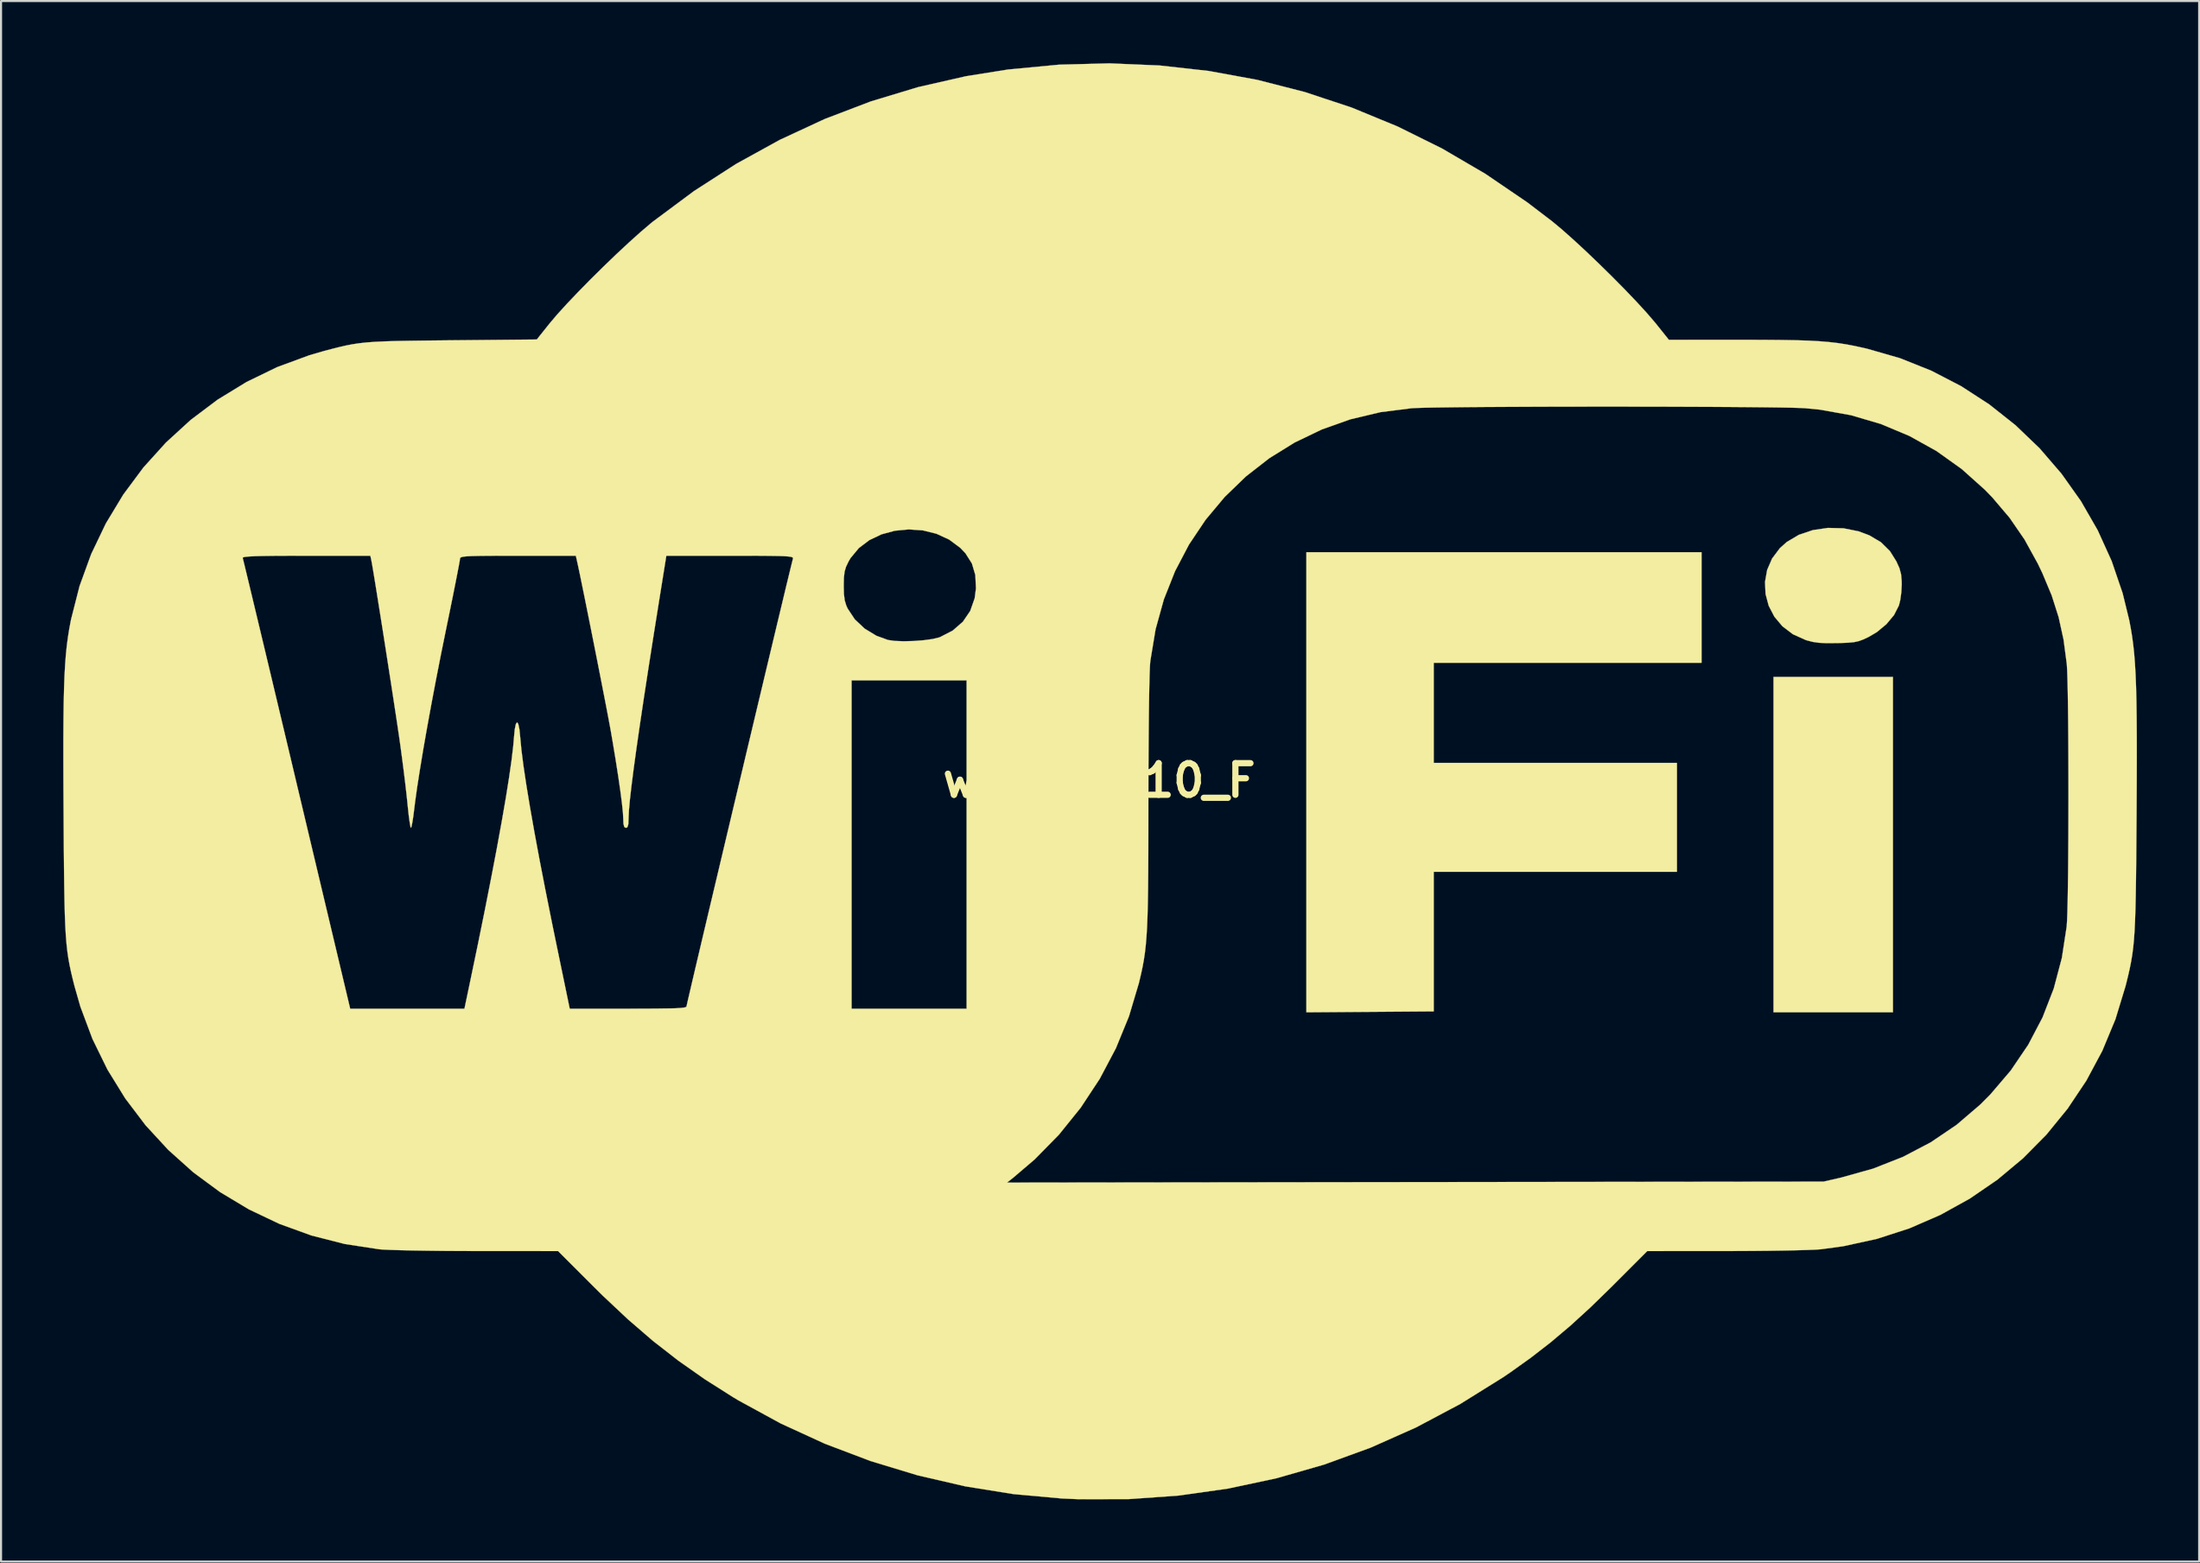
<source format=kicad_pcb>
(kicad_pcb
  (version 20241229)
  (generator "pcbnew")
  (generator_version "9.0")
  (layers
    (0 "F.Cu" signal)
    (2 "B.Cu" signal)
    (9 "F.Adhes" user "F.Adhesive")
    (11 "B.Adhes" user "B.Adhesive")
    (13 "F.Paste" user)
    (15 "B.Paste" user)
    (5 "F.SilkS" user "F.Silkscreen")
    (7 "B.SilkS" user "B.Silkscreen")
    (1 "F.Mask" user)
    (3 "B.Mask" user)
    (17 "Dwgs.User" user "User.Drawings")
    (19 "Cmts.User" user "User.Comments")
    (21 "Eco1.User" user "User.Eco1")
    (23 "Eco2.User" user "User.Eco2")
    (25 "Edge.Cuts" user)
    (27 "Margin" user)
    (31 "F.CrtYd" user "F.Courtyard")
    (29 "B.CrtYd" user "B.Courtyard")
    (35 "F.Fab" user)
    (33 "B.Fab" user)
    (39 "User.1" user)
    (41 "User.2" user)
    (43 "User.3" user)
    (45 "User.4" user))
  (footprint "wi-fi_6x10_F"
    (layer "F.Cu")
    (at 49.946 34.584)
    (property "Reference" "wi-fi_6x10_F" (at 0 0 0) (layer "F.SilkS") (effects (font (size 1.524 1.524) (thickness 0.3))))
    (attr through_hole)
    (fp_poly (pts (xy 38.269 11.176) (xy 32.512 11.176) (xy 32.512 -4.995) (xy 38.269 -4.995) (xy 38.269 11.176)) (stroke (width 0.01) (type solid)) (fill yes) (layer "F.SilkS"))
    (fp_poly (pts (xy 29.041 -5.673) (xy 16.129 -5.673) (xy 16.129 -0.847) (xy 27.855 -0.847) (xy 27.855 4.403) (xy 21.992 4.403) (xy 16.129 4.403) (xy 16.129 11.134) (xy 13.06 11.156) (xy 9.991 11.178) (xy 9.991 -11.007) (xy 29.041 -11.007) (xy 29.041 -5.673)) (stroke (width 0.01) (type solid)) (fill yes) (layer "F.SilkS"))
    (fp_poly (pts (xy 35.885 -12.16) (xy 36.617 -12.014) (xy 37.132 -11.82) (xy 37.691 -11.489) (xy 38.124 -11.062) (xy 38.435 -10.565) (xy 38.584 -10.233) (xy 38.662 -9.942) (xy 38.691 -9.605) (xy 38.693 -9.442) (xy 38.673 -9.066) (xy 38.621 -8.694) (xy 38.558 -8.44) (xy 38.323 -7.979) (xy 37.956 -7.538) (xy 37.491 -7.153) (xy 37.102 -6.924) (xy 36.843 -6.802) (xy 36.624 -6.721) (xy 36.398 -6.672) (xy 36.116 -6.644) (xy 35.73 -6.629) (xy 35.562 -6.626) (xy 35.079 -6.622) (xy 34.713 -6.639) (xy 34.413 -6.681) (xy 34.129 -6.754) (xy 34.056 -6.777) (xy 33.445 -7.053) (xy 32.942 -7.435) (xy 32.552 -7.9) (xy 32.279 -8.427) (xy 32.128 -8.993) (xy 32.102 -9.576) (xy 32.205 -10.153) (xy 32.443 -10.703) (xy 32.819 -11.204) (xy 33.151 -11.5) (xy 33.736 -11.846) (xy 34.41 -12.073) (xy 35.138 -12.179) (xy 35.885 -12.16)) (stroke (width 0.01) (type solid)) (fill yes) (layer "F.SilkS"))
    (fp_poly (pts (xy 2.903 -34.477) (xy 5.281 -34.212) (xy 7.623 -33.783) (xy 9.925 -33.193) (xy 12.181 -32.444) (xy 14.385 -31.536) (xy 16.534 -30.471) (xy 18.62 -29.251) (xy 20.64 -27.876) (xy 21.844 -26.957) (xy 22.315 -26.565) (xy 22.864 -26.077) (xy 23.467 -25.52) (xy 24.097 -24.917) (xy 24.73 -24.295) (xy 25.34 -23.678) (xy 25.901 -23.091) (xy 26.389 -22.559) (xy 26.778 -22.107) (xy 26.837 -22.035) (xy 27.465 -21.251) (xy 30.984 -21.25) (xy 31.981 -21.248) (xy 32.831 -21.241) (xy 33.554 -21.229) (xy 34.173 -21.21) (xy 34.707 -21.181) (xy 35.18 -21.142) (xy 35.611 -21.092) (xy 36.024 -21.028) (xy 36.438 -20.949) (xy 36.875 -20.853) (xy 37.025 -20.818) (xy 38.605 -20.364) (xy 40.119 -19.759) (xy 41.559 -19.013) (xy 42.914 -18.134) (xy 44.178 -17.132) (xy 45.342 -16.016) (xy 46.395 -14.793) (xy 47.331 -13.474) (xy 48.141 -12.067) (xy 48.815 -10.581) (xy 49.345 -9.026) (xy 49.659 -7.741) (xy 49.733 -7.356) (xy 49.797 -6.968) (xy 49.852 -6.564) (xy 49.899 -6.129) (xy 49.937 -5.651) (xy 49.968 -5.114) (xy 49.992 -4.506) (xy 50.009 -3.813) (xy 50.02 -3.021) (xy 50.026 -2.116) (xy 50.027 -1.085) (xy 50.024 0.086) (xy 50.017 1.412) (xy 50.016 1.581) (xy 50.007 2.78) (xy 49.999 3.824) (xy 49.989 4.729) (xy 49.977 5.51) (xy 49.962 6.18) (xy 49.943 6.756) (xy 49.919 7.251) (xy 49.889 7.682) (xy 49.852 8.062) (xy 49.807 8.407) (xy 49.753 8.732) (xy 49.69 9.051) (xy 49.616 9.379) (xy 49.53 9.732) (xy 49.483 9.918) (xy 48.996 11.515) (xy 48.363 13.037) (xy 47.592 14.476) (xy 46.691 15.824) (xy 45.671 17.075) (xy 44.538 18.22) (xy 43.302 19.252) (xy 41.972 20.163) (xy 40.555 20.947) (xy 39.062 21.596) (xy 37.5 22.102) (xy 35.877 22.457) (xy 34.798 22.604) (xy 34.542 22.622) (xy 34.139 22.638) (xy 33.61 22.653) (xy 32.979 22.666) (xy 32.267 22.677) (xy 31.496 22.684) (xy 30.688 22.688) (xy 30.209 22.689) (xy 26.425 22.691) (xy 24.706 24.411) (xy 23.687 25.404) (xy 22.722 26.285) (xy 21.777 27.084) (xy 20.814 27.831) (xy 19.798 28.557) (xy 19.473 28.777) (xy 17.411 30.062) (xy 15.281 31.193) (xy 13.089 32.169) (xy 10.842 32.987) (xy 8.546 33.646) (xy 6.208 34.144) (xy 3.835 34.48) (xy 1.431 34.651) (xy -0.995 34.656) (xy -1.798 34.621) (xy -4.134 34.409) (xy -6.46 34.035) (xy -8.761 33.502) (xy -11.021 32.816) (xy -13.225 31.981) (xy -15.358 31.002) (xy -17.405 29.884) (xy -17.653 29.735) (xy -19.016 28.87) (xy -20.292 27.974) (xy -21.517 27.02) (xy -22.726 25.977) (xy -23.958 24.819) (xy -24.369 24.412) (xy -26.09 22.691) (xy -29.999 22.689) (xy -30.831 22.687) (xy -31.637 22.682) (xy -32.398 22.673) (xy -33.091 22.662) (xy -33.695 22.649) (xy -34.188 22.633) (xy -34.549 22.617) (xy -34.713 22.604) (xy -36.376 22.349) (xy -37.982 21.939) (xy -39.524 21.38) (xy -40.994 20.681) (xy -42.382 19.849) (xy -43.006 19.389) (xy -4.445 19.389) (xy 15.24 19.365) (xy 34.925 19.342) (xy 35.772 19.148) (xy 37.312 18.717) (xy 38.752 18.15) (xy 40.093 17.447) (xy 41.336 16.606) (xy 42.482 15.626) (xy 42.959 15.147) (xy 43.949 13.987) (xy 44.791 12.746) (xy 45.483 11.426) (xy 46.024 10.031) (xy 46.413 8.563) (xy 46.647 7.04) (xy 46.664 6.775) (xy 46.68 6.359) (xy 46.694 5.812) (xy 46.705 5.151) (xy 46.715 4.395) (xy 46.722 3.562) (xy 46.728 2.672) (xy 46.731 1.743) (xy 46.733 0.794) (xy 46.732 -0.157) (xy 46.729 -1.092) (xy 46.725 -1.991) (xy 46.718 -2.836) (xy 46.709 -3.609) (xy 46.698 -4.29) (xy 46.685 -4.861) (xy 46.67 -5.305) (xy 46.653 -5.601) (xy 46.65 -5.63) (xy 46.496 -6.795) (xy 46.259 -7.875) (xy 45.924 -8.925) (xy 45.475 -9.998) (xy 45.256 -10.456) (xy 44.615 -11.619) (xy 43.895 -12.667) (xy 43.063 -13.647) (xy 42.712 -14.01) (xy 41.585 -15.019) (xy 40.367 -15.888) (xy 39.065 -16.612) (xy 37.69 -17.189) (xy 36.249 -17.613) (xy 34.753 -17.881) (xy 34.037 -17.951) (xy 33.775 -17.964) (xy 33.357 -17.976) (xy 32.8 -17.986) (xy 32.118 -17.995) (xy 31.326 -18.003) (xy 30.438 -18.01) (xy 29.469 -18.016) (xy 28.435 -18.02) (xy 27.349 -18.024) (xy 26.227 -18.026) (xy 25.084 -18.027) (xy 23.934 -18.027) (xy 22.791 -18.026) (xy 21.672 -18.024) (xy 20.59 -18.02) (xy 19.56 -18.015) (xy 18.597 -18.01) (xy 17.716 -18.003) (xy 16.932 -17.994) (xy 16.259 -17.985) (xy 15.712 -17.975) (xy 15.306 -17.963) (xy 15.069 -17.951) (xy 13.56 -17.76) (xy 12.11 -17.415) (xy 10.729 -16.924) (xy 9.424 -16.297) (xy 8.203 -15.54) (xy 7.076 -14.662) (xy 6.049 -13.67) (xy 5.132 -12.573) (xy 4.332 -11.379) (xy 3.658 -10.094) (xy 3.117 -8.729) (xy 2.718 -7.29) (xy 2.469 -5.785) (xy 2.457 -5.673) (xy 2.443 -5.451) (xy 2.429 -5.076) (xy 2.417 -4.563) (xy 2.405 -3.928) (xy 2.395 -3.188) (xy 2.387 -2.358) (xy 2.38 -1.454) (xy 2.375 -0.491) (xy 2.373 0.513) (xy 2.372 1.075) (xy 2.371 2.325) (xy 2.369 3.42) (xy 2.364 4.374) (xy 2.357 5.201) (xy 2.345 5.916) (xy 2.329 6.532) (xy 2.308 7.065) (xy 2.28 7.527) (xy 2.246 7.934) (xy 2.205 8.299) (xy 2.155 8.638) (xy 2.096 8.963) (xy 2.027 9.289) (xy 1.947 9.63) (xy 1.911 9.779) (xy 1.436 11.372) (xy 0.806 12.911) (xy 0.027 14.384) (xy -0.891 15.777) (xy -1.939 17.077) (xy -3.111 18.271) (xy -4.149 19.156) (xy -4.445 19.389) (xy -43.006 19.389) (xy -43.681 18.89) (xy -44.882 17.813) (xy -45.977 16.625) (xy -46.956 15.332) (xy -47.813 13.943) (xy -48.537 12.464) (xy -49.121 10.903) (xy -49.409 9.895) (xy -49.499 9.535) (xy -49.577 9.204) (xy -49.644 8.887) (xy -49.701 8.57) (xy -49.749 8.237) (xy -49.789 7.873) (xy -49.822 7.465) (xy -49.849 6.997) (xy -49.87 6.454) (xy -49.886 5.823) (xy -49.899 5.087) (xy -49.91 4.232) (xy -49.919 3.244) (xy -49.927 2.108) (xy -49.93 1.569) (xy -49.938 0.226) (xy -49.941 -0.96) (xy -49.941 -2.005) (xy -49.935 -2.922) (xy -49.925 -3.725) (xy -49.908 -4.427) (xy -49.886 -5.043) (xy -49.856 -5.586) (xy -49.819 -6.07) (xy -49.774 -6.508) (xy -49.72 -6.915) (xy -49.658 -7.304) (xy -49.585 -7.69) (xy -49.571 -7.763) (xy -49.16 -9.375) (xy -48.667 -10.732) (xy -41.295 -10.732) (xy -41.271 -10.638) (xy -41.21 -10.389) (xy -41.115 -9.995) (xy -40.987 -9.465) (xy -40.83 -8.81) (xy -40.645 -8.038) (xy -40.435 -7.161) (xy -40.202 -6.186) (xy -39.949 -5.126) (xy -39.678 -3.988) (xy -39.391 -2.783) (xy -39.09 -1.52) (xy -38.779 -0.21) (xy -38.684 0.191) (xy -36.112 11.007) (xy -30.604 11.007) (xy -30.324 9.673) (xy -29.951 7.881) (xy -29.612 6.211) (xy -29.308 4.666) (xy -29.038 3.253) (xy -28.805 1.976) (xy -28.608 0.84) (xy -28.45 -0.151) (xy -28.33 -0.99) (xy -28.249 -1.673) (xy -28.217 -2.053) (xy -28.177 -2.47) (xy -28.125 -2.721) (xy -28.066 -2.807) (xy -28.008 -2.726) (xy -27.955 -2.477) (xy -27.915 -2.087) (xy -27.857 -1.477) (xy -27.759 -0.708) (xy -27.621 0.213) (xy -27.445 1.279) (xy -27.232 2.485) (xy -26.983 3.825) (xy -26.698 5.292) (xy -26.38 6.88) (xy -26.145 8.022) (xy -25.527 11.006) (xy -22.712 11.006) (xy -21.924 11.005) (xy -21.29 11.001) (xy -20.796 10.994) (xy -20.426 10.984) (xy -20.167 10.968) (xy -20.002 10.948) (xy -19.917 10.922) (xy -19.897 10.895) (xy -19.877 10.804) (xy -19.822 10.559) (xy -19.732 10.174) (xy -19.612 9.66) (xy -19.464 9.028) (xy -19.29 8.291) (xy -19.094 7.459) (xy -18.878 6.546) (xy -18.645 5.563) (xy -18.398 4.522) (xy -18.14 3.434) (xy -17.874 2.312) (xy -17.602 1.167) (xy -17.327 0.011) (xy -17.053 -1.144) (xy -16.781 -2.286) (xy -16.515 -3.404) (xy -16.257 -4.485) (xy -16.176 -4.826) (xy -11.938 -4.826) (xy -11.938 11.007) (xy -6.392 11.007) (xy -6.392 -4.826) (xy -11.938 -4.826) (xy -16.176 -4.826) (xy -16.011 -5.518) (xy -15.778 -6.491) (xy -15.563 -7.392) (xy -15.367 -8.209) (xy -15.194 -8.931) (xy -15.082 -9.398) (xy -12.318 -9.398) (xy -12.308 -8.988) (xy -12.27 -8.688) (xy -12.194 -8.437) (xy -12.127 -8.289) (xy -11.782 -7.769) (xy -11.308 -7.323) (xy -10.741 -6.978) (xy -10.182 -6.775) (xy -9.86 -6.729) (xy -9.43 -6.713) (xy -8.946 -6.725) (xy -8.462 -6.762) (xy -8.033 -6.821) (xy -7.711 -6.899) (xy -7.68 -6.91) (xy -7.063 -7.228) (xy -6.573 -7.654) (xy -6.217 -8.177) (xy -6.003 -8.787) (xy -5.941 -9.263) (xy -5.972 -9.909) (xy -6.137 -10.465) (xy -6.447 -10.954) (xy -6.691 -11.212) (xy -7.232 -11.615) (xy -7.844 -11.897) (xy -8.502 -12.06) (xy -9.18 -12.107) (xy -9.853 -12.043) (xy -10.496 -11.869) (xy -11.083 -11.589) (xy -11.589 -11.206) (xy -11.989 -10.723) (xy -12.09 -10.549) (xy -12.208 -10.299) (xy -12.277 -10.064) (xy -12.309 -9.781) (xy -12.318 -9.398) (xy -15.082 -9.398) (xy -15.046 -9.546) (xy -14.926 -10.041) (xy -14.837 -10.405) (xy -14.782 -10.626) (xy -14.766 -10.689) (xy -14.763 -10.728) (xy -14.789 -10.759) (xy -14.862 -10.784) (xy -14.996 -10.803) (xy -15.207 -10.817) (xy -15.512 -10.826) (xy -15.926 -10.832) (xy -16.466 -10.836) (xy -17.146 -10.837) (xy -17.795 -10.837) (xy -20.87 -10.837) (xy -21.193 -8.826) (xy -21.478 -7.041) (xy -21.732 -5.42) (xy -21.956 -3.962) (xy -22.149 -2.667) (xy -22.313 -1.532) (xy -22.447 -0.555) (xy -22.551 0.264) (xy -22.627 0.928) (xy -22.673 1.437) (xy -22.69 1.794) (xy -22.691 1.824) (xy -22.702 2.104) (xy -22.743 2.247) (xy -22.818 2.286) (xy -22.898 2.24) (xy -22.937 2.082) (xy -22.945 1.867) (xy -22.961 1.563) (xy -23.008 1.108) (xy -23.084 0.52) (xy -23.186 -0.186) (xy -23.312 -0.993) (xy -23.46 -1.885) (xy -23.539 -2.342) (xy -23.597 -2.662) (xy -23.682 -3.115) (xy -23.79 -3.68) (xy -23.917 -4.331) (xy -24.057 -5.048) (xy -24.206 -5.806) (xy -24.36 -6.583) (xy -24.514 -7.356) (xy -24.664 -8.103) (xy -24.804 -8.799) (xy -24.932 -9.423) (xy -25.04 -9.952) (xy -25.127 -10.362) (xy -25.186 -10.63) (xy -25.189 -10.647) (xy -25.234 -10.837) (xy -28.026 -10.837) (xy -28.789 -10.837) (xy -29.398 -10.835) (xy -29.873 -10.83) (xy -30.228 -10.822) (xy -30.482 -10.81) (xy -30.651 -10.793) (xy -30.752 -10.769) (xy -30.802 -10.739) (xy -30.818 -10.7) (xy -30.819 -10.687) (xy -30.835 -10.574) (xy -30.883 -10.313) (xy -30.958 -9.924) (xy -31.056 -9.425) (xy -31.174 -8.835) (xy -31.309 -8.172) (xy -31.456 -7.456) (xy -31.501 -7.237) (xy -31.744 -6.041) (xy -31.978 -4.847) (xy -32.199 -3.678) (xy -32.405 -2.554) (xy -32.59 -1.499) (xy -32.75 -0.532) (xy -32.884 0.324) (xy -32.985 1.048) (xy -33.025 1.376) (xy -33.072 1.745) (xy -33.119 2.042) (xy -33.159 2.233) (xy -33.184 2.286) (xy -33.211 2.207) (xy -33.248 1.99) (xy -33.291 1.666) (xy -33.334 1.266) (xy -33.344 1.164) (xy -33.39 0.721) (xy -33.455 0.158) (xy -33.532 -0.475) (xy -33.617 -1.13) (xy -33.702 -1.759) (xy -33.705 -1.778) (xy -33.762 -2.176) (xy -33.838 -2.689) (xy -33.93 -3.297) (xy -34.034 -3.978) (xy -34.147 -4.714) (xy -34.267 -5.484) (xy -34.389 -6.268) (xy -34.511 -7.047) (xy -34.63 -7.799) (xy -34.743 -8.505) (xy -34.845 -9.145) (xy -34.935 -9.699) (xy -35.009 -10.147) (xy -35.064 -10.468) (xy -35.097 -10.643) (xy -35.098 -10.647) (xy -35.14 -10.837) (xy -38.238 -10.837) (xy -39.074 -10.836) (xy -39.754 -10.833) (xy -40.291 -10.826) (xy -40.698 -10.816) (xy -40.989 -10.801) (xy -41.176 -10.783) (xy -41.274 -10.76) (xy -41.295 -10.732) (xy -48.667 -10.732) (xy -48.597 -10.922) (xy -47.891 -12.396) (xy -47.05 -13.789) (xy -46.082 -15.091) (xy -44.996 -16.293) (xy -43.799 -17.388) (xy -42.501 -18.365) (xy -41.108 -19.216) (xy -39.631 -19.933) (xy -38.076 -20.506) (xy -37.375 -20.709) (xy -36.975 -20.814) (xy -36.623 -20.903) (xy -36.298 -20.977) (xy -35.984 -21.037) (xy -35.658 -21.085) (xy -35.304 -21.123) (xy -34.901 -21.152) (xy -34.431 -21.174) (xy -33.873 -21.191) (xy -33.21 -21.203) (xy -32.421 -21.213) (xy -31.487 -21.223) (xy -31.19 -21.226) (xy -27.116 -21.264) (xy -26.495 -22.041) (xy -26.134 -22.467) (xy -25.669 -22.979) (xy -25.125 -23.551) (xy -24.528 -24.159) (xy -23.901 -24.778) (xy -23.272 -25.384) (xy -22.663 -25.951) (xy -22.101 -26.455) (xy -21.611 -26.872) (xy -21.505 -26.957) (xy -19.539 -28.419) (xy -17.502 -29.732) (xy -15.398 -30.891) (xy -13.232 -31.896) (xy -11.01 -32.744) (xy -8.736 -33.432) (xy -6.416 -33.96) (xy -4.387 -34.283) (xy -1.936 -34.515) (xy 0.496 -34.579) (xy 2.903 -34.477)) (stroke (width 0.01) (type solid)) (fill yes) (layer "F.SilkS")))
  (gr_rect
    (start -3 -3)
    (end 102.979 72.245)
    (stroke (width 0.1) (type default))
    (fill no)
    (layer "Edge.Cuts")))
</source>
